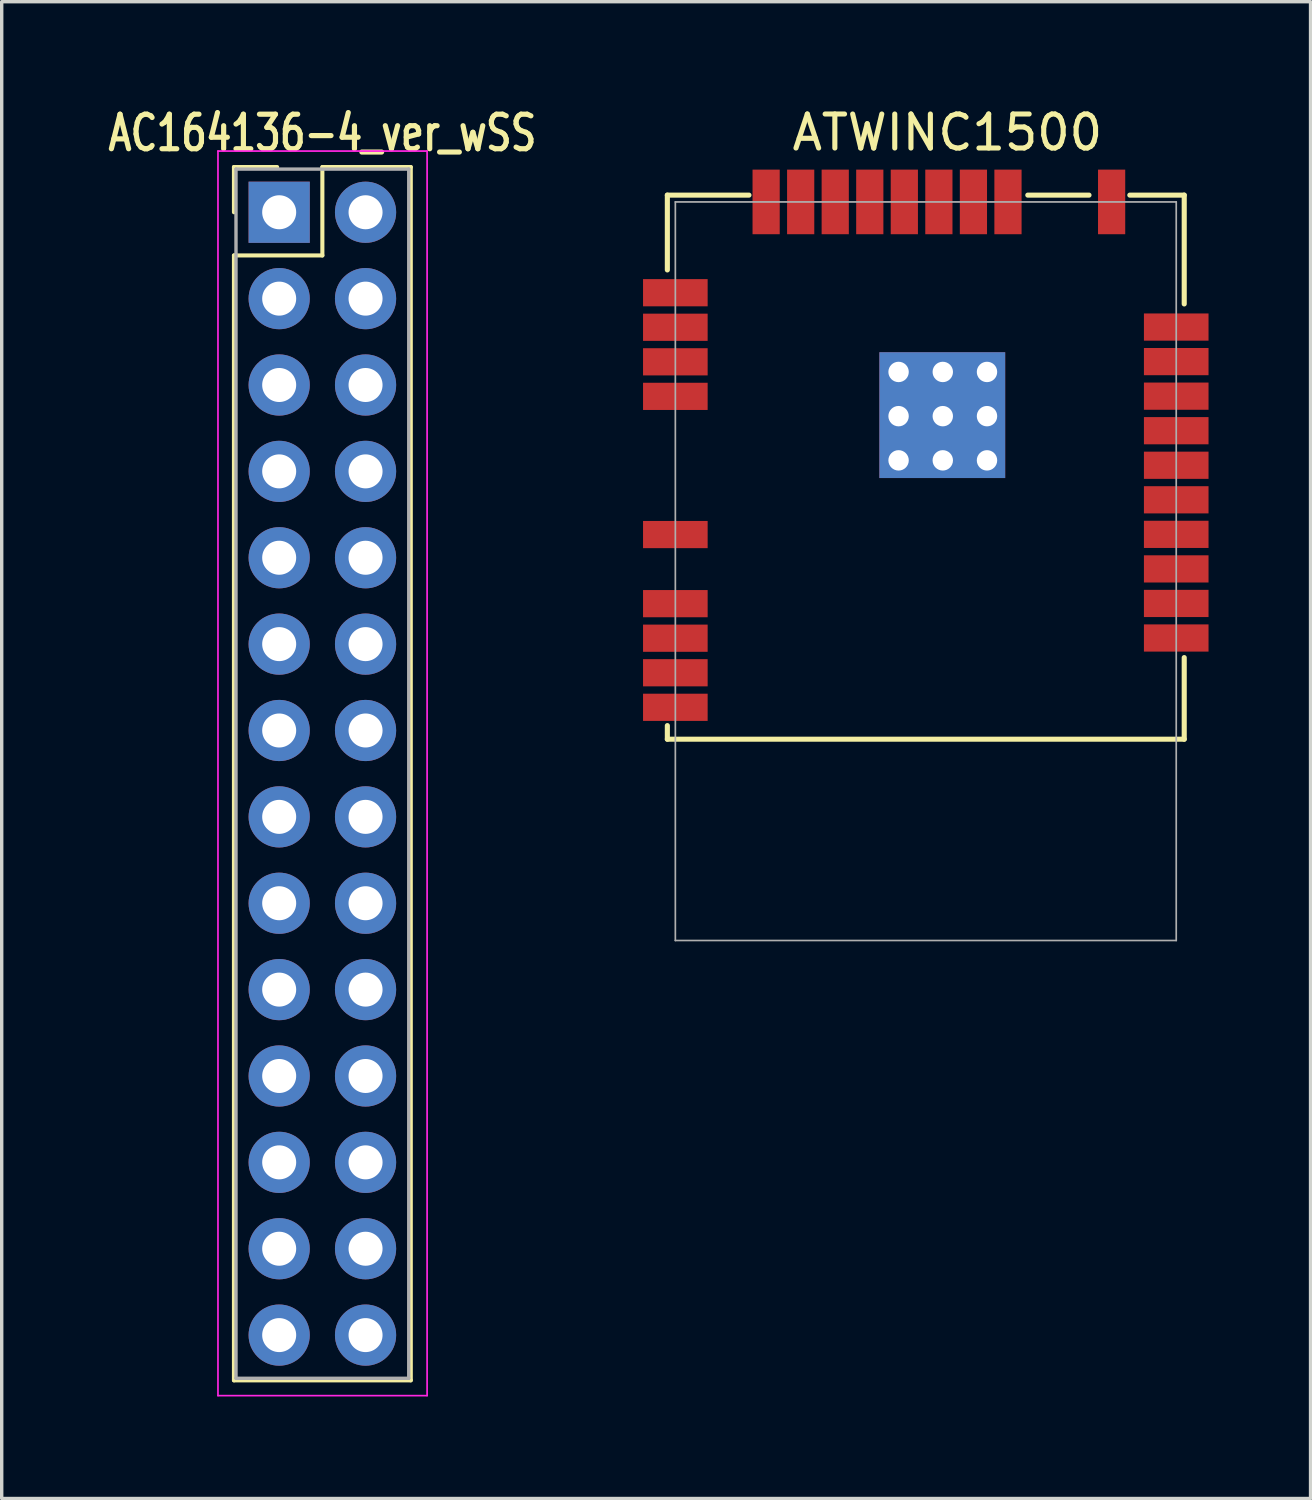
<source format=kicad_pcb>
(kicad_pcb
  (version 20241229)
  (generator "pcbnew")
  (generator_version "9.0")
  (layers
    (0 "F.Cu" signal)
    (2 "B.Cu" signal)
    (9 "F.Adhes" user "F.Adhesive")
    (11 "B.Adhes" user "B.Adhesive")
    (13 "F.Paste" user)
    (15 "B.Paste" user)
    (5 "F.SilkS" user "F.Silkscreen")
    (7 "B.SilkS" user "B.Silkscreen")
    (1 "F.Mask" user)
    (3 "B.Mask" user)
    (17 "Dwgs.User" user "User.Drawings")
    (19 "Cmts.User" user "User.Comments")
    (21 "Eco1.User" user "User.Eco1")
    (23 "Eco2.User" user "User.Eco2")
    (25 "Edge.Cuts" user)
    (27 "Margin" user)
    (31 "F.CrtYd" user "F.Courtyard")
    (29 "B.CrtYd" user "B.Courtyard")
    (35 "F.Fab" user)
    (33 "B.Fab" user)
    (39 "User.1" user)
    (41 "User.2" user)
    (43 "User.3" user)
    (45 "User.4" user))
  (footprint "ATWINC1500"
    (layer "F.Cu")
    (at 24.175 2.888)
    (property "Reference" "ATWINC1500" (at 0.635 -2.04 0) (layer "F.SilkS") (effects (font (size 1 1) (thickness 0.15))))
    (attr through_hole)
    (fp_line (start -7.6 -0.2) (end -7.6 2) (stroke (width 0.15) (type solid)) (layer "F.SilkS"))
    (fp_line (start -7.6 15.4) (end -7.6 15.8) (stroke (width 0.15) (type solid)) (layer "F.SilkS"))
    (fp_line (start -7.6 15.8) (end 7.6 15.8) (stroke (width 0.15) (type solid)) (layer "F.SilkS"))
    (fp_line (start -5.2 -0.2) (end -7.6 -0.2) (stroke (width 0.15) (type solid)) (layer "F.SilkS"))
    (fp_line (start 4.8 -0.2) (end 3 -0.2) (stroke (width 0.15) (type solid)) (layer "F.SilkS"))
    (fp_line (start 7.6 -0.2) (end 6 -0.2) (stroke (width 0.15) (type solid)) (layer "F.SilkS"))
    (fp_line (start 7.6 3) (end 7.6 -0.2) (stroke (width 0.15) (type solid)) (layer "F.SilkS"))
    (fp_line (start 7.6 15.8) (end 7.6 13.4) (stroke (width 0.15) (type solid)) (layer "F.SilkS"))
    (fp_line (start -7.365 0) (end 7.365 0) (stroke (width 0.05) (type solid)) (layer "F.Fab"))
    (fp_line (start -7.365 21.72) (end -7.365 0) (stroke (width 0.05) (type solid)) (layer "F.Fab"))
    (fp_line (start 7.365 0) (end 7.365 21.72) (stroke (width 0.05) (type solid)) (layer "F.Fab"))
    (fp_line (start 7.365 21.72) (end -7.365 21.72) (stroke (width 0.05) (type solid)) (layer "F.Fab"))
    (pad "1" smd rect (at -7.365 2.67) (size 1.9 0.8) (layers "F.Cu" "F.Mask" "F.Paste"))
    (pad "2" smd rect (at -7.365 3.686) (size 1.9 0.8) (layers "F.Cu" "F.Mask" "F.Paste"))
    (pad "3" smd rect (at -7.365 4.702) (size 1.9 0.8) (layers "F.Cu" "F.Mask" "F.Paste"))
    (pad "4" smd rect (at -7.365 5.718) (size 1.9 0.8) (layers "F.Cu" "F.Mask" "F.Paste"))
    (pad "5" smd rect (at -7.365 9.782) (size 1.9 0.8) (layers "F.Cu" "F.Mask" "F.Paste"))
    (pad "6" smd rect (at -7.365 11.814) (size 1.9 0.8) (layers "F.Cu" "F.Mask" "F.Paste"))
    (pad "7" smd rect (at -7.365 12.83) (size 1.9 0.8) (layers "F.Cu" "F.Mask" "F.Paste"))
    (pad "8" smd rect (at -7.365 13.846) (size 1.9 0.8) (layers "F.Cu" "F.Mask" "F.Paste"))
    (pad "9" smd rect (at -7.365 14.862) (size 1.9 0.8) (layers "F.Cu" "F.Mask" "F.Paste"))
    (pad "10" smd rect (at 7.365 12.824) (size 1.9 0.8) (layers "F.Cu" "F.Mask" "F.Paste"))
    (pad "11" smd rect (at 7.365 11.808) (size 1.9 0.8) (layers "F.Cu" "F.Mask" "F.Paste"))
    (pad "12" smd rect (at 7.365 10.792) (size 1.9 0.8) (layers "F.Cu" "F.Mask" "F.Paste"))
    (pad "13" smd rect (at 7.365 9.776) (size 1.9 0.8) (layers "F.Cu" "F.Mask" "F.Paste"))
    (pad "14" smd rect (at 7.365 8.76) (size 1.9 0.8) (layers "F.Cu" "F.Mask" "F.Paste"))
    (pad "15" smd rect (at 7.365 7.744) (size 1.9 0.8) (layers "F.Cu" "F.Mask" "F.Paste"))
    (pad "16" smd rect (at 7.365 6.728) (size 1.9 0.8) (layers "F.Cu" "F.Mask" "F.Paste"))
    (pad "17" smd rect (at 7.365 5.712) (size 1.9 0.8) (layers "F.Cu" "F.Mask" "F.Paste"))
    (pad "18" smd rect (at 7.365 4.696) (size 1.9 0.8) (layers "F.Cu" "F.Mask" "F.Paste"))
    (pad "19" smd rect (at 7.365 3.68) (size 1.9 0.8) (layers "F.Cu" "F.Mask" "F.Paste"))
    (pad "20" smd rect (at 5.465 0 90) (size 1.9 0.8) (layers "F.Cu" "F.Mask" "F.Paste"))
    (pad "21" smd rect (at 2.417 0 90) (size 1.9 0.8) (layers "F.Cu" "F.Mask" "F.Paste"))
    (pad "22" smd rect (at 1.401 0 90) (size 1.9 0.8) (layers "F.Cu" "F.Mask" "F.Paste"))
    (pad "23" smd rect (at 0.385 0 90) (size 1.9 0.8) (layers "F.Cu" "F.Mask" "F.Paste"))
    (pad "24" smd rect (at -0.631 0 90) (size 1.9 0.8) (layers "F.Cu" "F.Mask" "F.Paste"))
    (pad "25" smd rect (at -1.647 0 90) (size 1.9 0.8) (layers "F.Cu" "F.Mask" "F.Paste"))
    (pad "26" smd rect (at -2.663 0 90) (size 1.9 0.8) (layers "F.Cu" "F.Mask" "F.Paste"))
    (pad "27" smd rect (at -3.679 0 90) (size 1.9 0.8) (layers "F.Cu" "F.Mask" "F.Paste"))
    (pad "28" smd rect (at -4.695 0 90) (size 1.9 0.8) (layers "F.Cu" "F.Mask" "F.Paste"))
    (pad "29" thru_hole circle (at -0.8 5) (size 1 1) (drill 0.6) (layers "*.Cu" "*.Mask"))
    (pad "29" thru_hole circle (at -0.8 6.3) (size 1 1) (drill 0.6) (layers "*.Cu" "*.Mask"))
    (pad "29" thru_hole circle (at -0.8 7.6) (size 1 1) (drill 0.6) (layers "*.Cu" "*.Mask"))
    (pad "29" smd rect (at 0.485 6.27) (size 3.7 3.7) (layers "F.Cu" "F.Mask" "F.Paste"))
    (pad "29" smd rect (at 0.485 6.27) (size 3.7 3.7) (layers "F.Mask" "B.Cu" "F.Paste"))
    (pad "29" thru_hole circle (at 0.5 5) (size 1 1) (drill 0.6) (layers "*.Cu" "*.Mask"))
    (pad "29" thru_hole circle (at 0.5 6.3) (size 1 1) (drill 0.6) (layers "*.Cu" "*.Mask"))
    (pad "29" thru_hole circle (at 0.5 7.6) (size 1 1) (drill 0.6) (layers "*.Cu" "*.Mask"))
    (pad "29" thru_hole circle (at 1.8 5) (size 1 1) (drill 0.6) (layers "*.Cu" "*.Mask"))
    (pad "29" thru_hole circle (at 1.8 6.3) (size 1 1) (drill 0.6) (layers "*.Cu" "*.Mask"))
    (pad "29" thru_hole circle (at 1.8 7.6) (size 1 1) (drill 0.6) (layers "*.Cu" "*.Mask")))
  (footprint "AC164136-4_ver_wSS"
    (layer "F.Cu")
    (at 5.16 3.192)
    (property "Reference" "AC164136-4_ver_wSS" (at 1.27 -2.33 0) (layer "F.SilkS") (effects (font (size 1.016 0.762) (thickness 0.152))))
    (attr through_hole)
    (fp_line (start -1.33 -1.33) (end -0.06 -1.33) (stroke (width 0.12) (type solid)) (layer "F.SilkS"))
    (fp_line (start -1.33 0) (end -1.33 -1.33) (stroke (width 0.12) (type solid)) (layer "F.SilkS"))
    (fp_line (start -1.33 1.27) (end -1.33 34.35) (stroke (width 0.12) (type solid)) (layer "F.SilkS"))
    (fp_line (start -1.33 34.35) (end 3.87 34.35) (stroke (width 0.12) (type solid)) (layer "F.SilkS"))
    (fp_line (start 1.27 -1.33) (end 1.27 1.27) (stroke (width 0.12) (type solid)) (layer "F.SilkS"))
    (fp_line (start 1.27 1.27) (end -1.33 1.27) (stroke (width 0.12) (type solid)) (layer "F.SilkS"))
    (fp_line (start 3.87 -1.33) (end 1.27 -1.33) (stroke (width 0.12) (type solid)) (layer "F.SilkS"))
    (fp_line (start 3.87 34.35) (end 3.87 -1.33) (stroke (width 0.12) (type solid)) (layer "F.SilkS"))
    (fp_line (start -1.8 -1.8) (end 4.35 -1.8) (stroke (width 0.05) (type solid)) (layer "F.CrtYd"))
    (fp_line (start -1.8 34.8) (end -1.8 -1.8) (stroke (width 0.05) (type solid)) (layer "F.CrtYd"))
    (fp_line (start 4.35 -1.8) (end 4.35 34.8) (stroke (width 0.05) (type solid)) (layer "F.CrtYd"))
    (fp_line (start 4.35 34.8) (end -1.8 34.8) (stroke (width 0.05) (type solid)) (layer "F.CrtYd"))
    (fp_line (start -1.27 -1.27) (end 3.81 -1.27) (stroke (width 0.1) (type solid)) (layer "F.Fab"))
    (fp_line (start -1.27 34.29) (end -1.27 -1.27) (stroke (width 0.1) (type solid)) (layer "F.Fab"))
    (fp_line (start 3.81 -1.27) (end 3.81 34.29) (stroke (width 0.1) (type solid)) (layer "F.Fab"))
    (fp_line (start 3.81 34.29) (end -1.27 34.29) (stroke (width 0.1) (type solid)) (layer "F.Fab"))
    (pad "1" thru_hole rect (at 0 0) (size 1.8 1.8) (drill 1) (layers "*.Cu" "*.Mask"))
    (pad "2" thru_hole oval (at 2.54 0) (size 1.8 1.8) (drill 1) (layers "*.Cu" "*.Mask"))
    (pad "3" thru_hole oval (at 0 2.54) (size 1.8 1.8) (drill 1) (layers "*.Cu" "*.Mask"))
    (pad "4" thru_hole oval (at 2.54 2.54) (size 1.8 1.8) (drill 1) (layers "*.Cu" "*.Mask"))
    (pad "5" thru_hole oval (at 0 5.08) (size 1.8 1.8) (drill 1) (layers "*.Cu" "*.Mask"))
    (pad "6" thru_hole oval (at 2.54 5.08) (size 1.8 1.8) (drill 1) (layers "*.Cu" "*.Mask"))
    (pad "7" thru_hole oval (at 0 7.62) (size 1.8 1.8) (drill 1) (layers "*.Cu" "*.Mask"))
    (pad "8" thru_hole oval (at 2.54 7.62) (size 1.8 1.8) (drill 1) (layers "*.Cu" "*.Mask"))
    (pad "9" thru_hole oval (at 0 10.16) (size 1.8 1.8) (drill 1) (layers "*.Cu" "*.Mask"))
    (pad "10" thru_hole oval (at 2.54 10.16) (size 1.8 1.8) (drill 1) (layers "*.Cu" "*.Mask"))
    (pad "11" thru_hole oval (at 0 12.7) (size 1.8 1.8) (drill 1) (layers "*.Cu" "*.Mask"))
    (pad "12" thru_hole oval (at 2.54 12.7) (size 1.8 1.8) (drill 1) (layers "*.Cu" "*.Mask"))
    (pad "13" thru_hole oval (at 0 15.24) (size 1.8 1.8) (drill 1) (layers "*.Cu" "*.Mask"))
    (pad "14" thru_hole oval (at 2.54 15.24) (size 1.8 1.8) (drill 1) (layers "*.Cu" "*.Mask"))
    (pad "15" thru_hole oval (at 0 17.78) (size 1.8 1.8) (drill 1) (layers "*.Cu" "*.Mask"))
    (pad "16" thru_hole oval (at 2.54 17.78) (size 1.8 1.8) (drill 1) (layers "*.Cu" "*.Mask"))
    (pad "17" thru_hole oval (at 0 20.32) (size 1.8 1.8) (drill 1) (layers "*.Cu" "*.Mask"))
    (pad "18" thru_hole oval (at 2.54 20.32) (size 1.8 1.8) (drill 1) (layers "*.Cu" "*.Mask"))
    (pad "19" thru_hole oval (at 0 22.86) (size 1.8 1.8) (drill 1) (layers "*.Cu" "*.Mask"))
    (pad "20" thru_hole oval (at 2.54 22.86) (size 1.8 1.8) (drill 1) (layers "*.Cu" "*.Mask"))
    (pad "21" thru_hole oval (at 0 25.4) (size 1.8 1.8) (drill 1) (layers "*.Cu" "*.Mask"))
    (pad "22" thru_hole oval (at 2.54 25.4) (size 1.8 1.8) (drill 1) (layers "*.Cu" "*.Mask"))
    (pad "23" thru_hole oval (at 0 27.94) (size 1.8 1.8) (drill 1) (layers "*.Cu" "*.Mask"))
    (pad "24" thru_hole oval (at 2.54 27.94) (size 1.8 1.8) (drill 1) (layers "*.Cu" "*.Mask"))
    (pad "25" thru_hole oval (at 0 30.48) (size 1.8 1.8) (drill 1) (layers "*.Cu" "*.Mask"))
    (pad "26" thru_hole oval (at 2.54 30.48) (size 1.8 1.8) (drill 1) (layers "*.Cu" "*.Mask"))
    (pad "27" thru_hole oval (at 0 33.02) (size 1.8 1.8) (drill 1) (layers "*.Cu" "*.Mask"))
    (pad "28" thru_hole oval (at 2.54 33.02) (size 1.8 1.8) (drill 1) (layers "*.Cu" "*.Mask")))
  (gr_rect
    (start -3 -3)
    (end 35.49 41.017)
    (stroke (width 0.1) (type default))
    (fill no)
    (layer "Edge.Cuts")))
</source>
